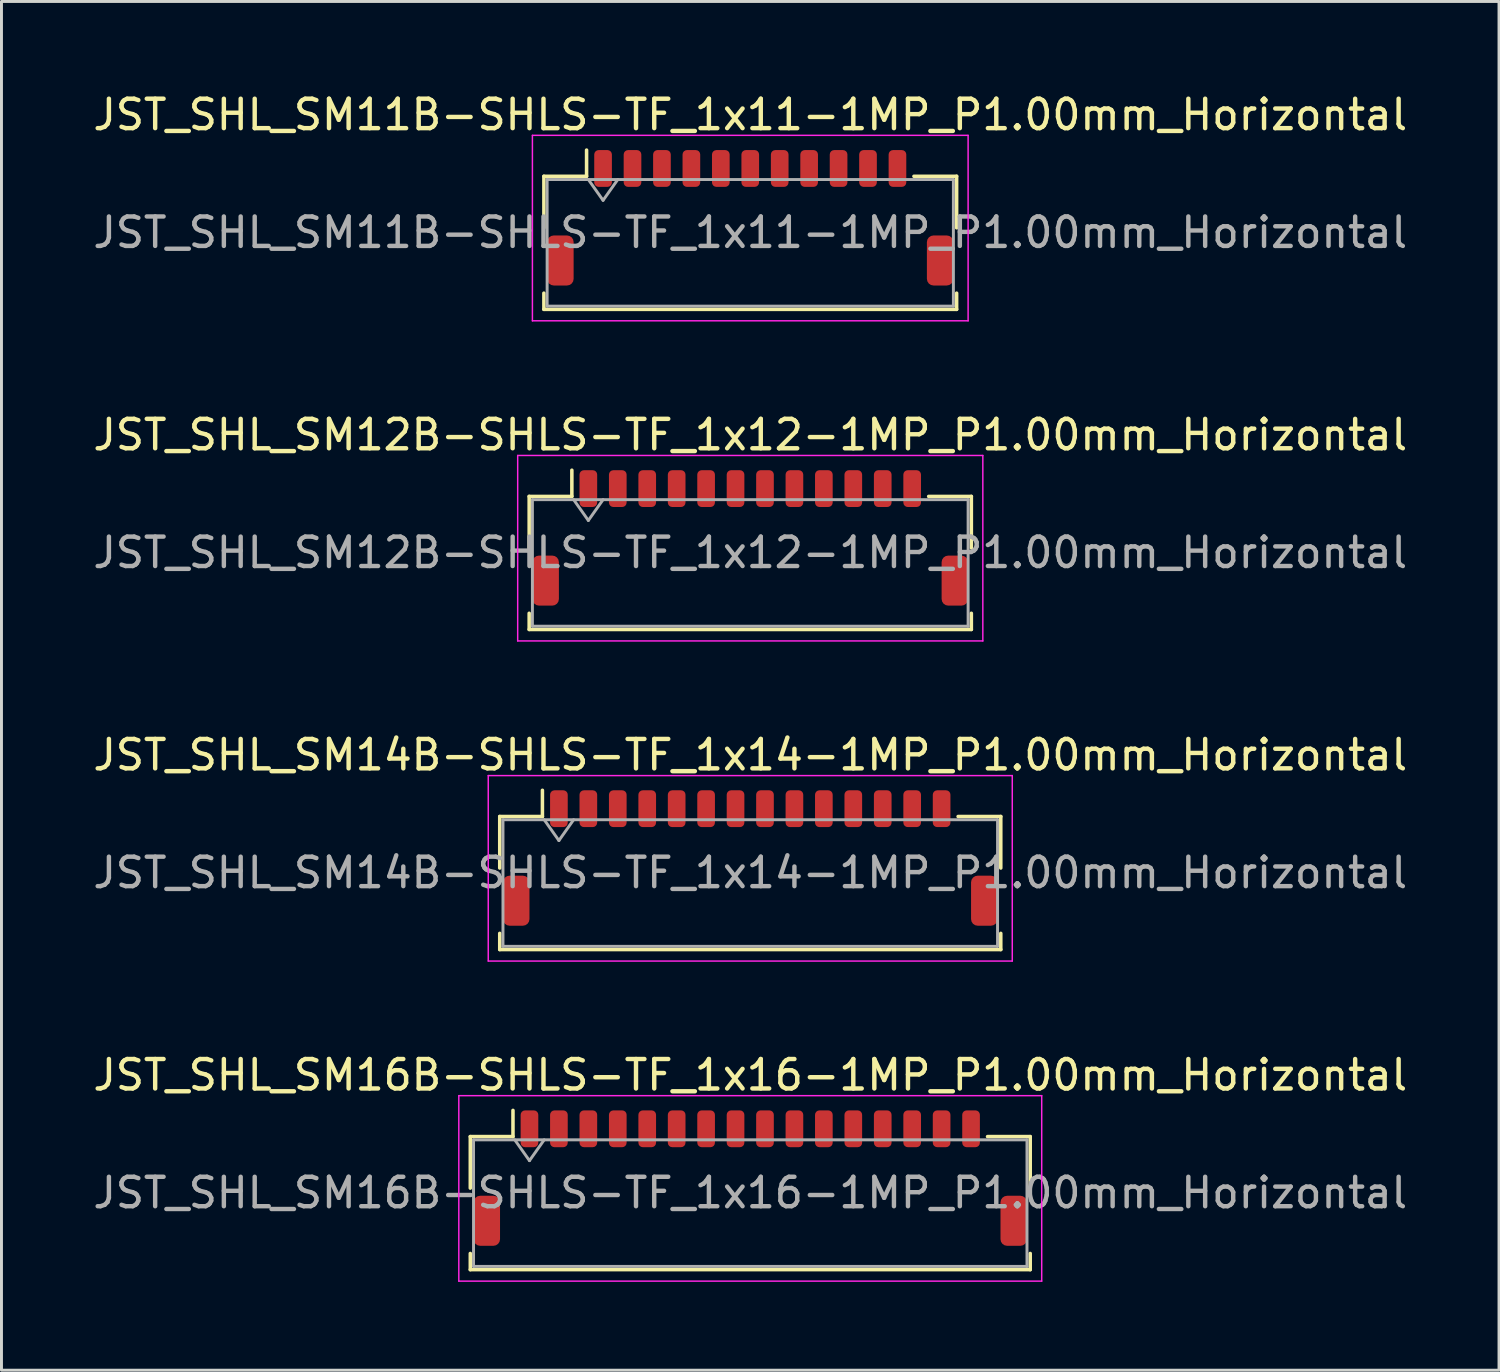
<source format=kicad_pcb>
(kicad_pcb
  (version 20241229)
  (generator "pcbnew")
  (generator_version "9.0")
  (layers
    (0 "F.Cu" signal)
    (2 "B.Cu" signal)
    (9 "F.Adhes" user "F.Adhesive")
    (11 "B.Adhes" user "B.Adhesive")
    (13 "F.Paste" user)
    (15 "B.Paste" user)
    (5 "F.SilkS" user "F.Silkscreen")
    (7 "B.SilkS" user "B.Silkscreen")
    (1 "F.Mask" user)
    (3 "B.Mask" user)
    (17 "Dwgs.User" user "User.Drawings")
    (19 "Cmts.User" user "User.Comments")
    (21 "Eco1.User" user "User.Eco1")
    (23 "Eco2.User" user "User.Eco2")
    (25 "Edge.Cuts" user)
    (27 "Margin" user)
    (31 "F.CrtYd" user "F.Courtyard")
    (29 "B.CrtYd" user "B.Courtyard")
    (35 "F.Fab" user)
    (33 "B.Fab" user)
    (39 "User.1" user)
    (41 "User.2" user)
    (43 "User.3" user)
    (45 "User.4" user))
  (footprint "JST_SHL_SM16B-SHLS-TF_1x16-1MP_P1.00mm_Horizontal"
    (layer "F.Cu")
    (at 22.435 36.968)
    (property "Reference" "JST_SHL_SM16B-SHLS-TF_1x16-1MP_P1.00mm_Horizontal" (at 0 -3.5 0) (layer "F.SilkS") (effects (font (size 1 1) (thickness 0.15))))
    (attr smd)
    (fp_line (start -9.51 -1.41) (end -8.06 -1.41) (stroke (width 0.12) (type solid)) (layer "F.SilkS"))
    (fp_line (start -9.51 0.34) (end -9.51 -1.41) (stroke (width 0.12) (type solid)) (layer "F.SilkS"))
    (fp_line (start -9.51 2.56) (end -9.51 3.11) (stroke (width 0.12) (type solid)) (layer "F.SilkS"))
    (fp_line (start -9.51 3.11) (end 9.51 3.11) (stroke (width 0.12) (type solid)) (layer "F.SilkS"))
    (fp_line (start -8.06 -1.41) (end -8.06 -2.3) (stroke (width 0.12) (type solid)) (layer "F.SilkS"))
    (fp_line (start 9.51 -1.41) (end 8.06 -1.41) (stroke (width 0.12) (type solid)) (layer "F.SilkS"))
    (fp_line (start 9.51 0.34) (end 9.51 -1.41) (stroke (width 0.12) (type solid)) (layer "F.SilkS"))
    (fp_line (start 9.51 3.11) (end 9.51 2.56) (stroke (width 0.12) (type solid)) (layer "F.SilkS"))
    (fp_line (start -9.9 -2.8) (end -9.9 3.5) (stroke (width 0.05) (type solid)) (layer "F.CrtYd"))
    (fp_line (start -9.9 3.5) (end 9.9 3.5) (stroke (width 0.05) (type solid)) (layer "F.CrtYd"))
    (fp_line (start 9.9 -2.8) (end -9.9 -2.8) (stroke (width 0.05) (type solid)) (layer "F.CrtYd"))
    (fp_line (start 9.9 3.5) (end 9.9 -2.8) (stroke (width 0.05) (type solid)) (layer "F.CrtYd"))
    (fp_line (start -9.4 -1.3) (end -9.4 3) (stroke (width 0.1) (type solid)) (layer "F.Fab"))
    (fp_line (start -9.4 -1.3) (end 9.4 -1.3) (stroke (width 0.1) (type solid)) (layer "F.Fab"))
    (fp_line (start -9.4 3) (end 9.4 3) (stroke (width 0.1) (type solid)) (layer "F.Fab"))
    (fp_line (start -8 -1.3) (end -7.5 -0.593) (stroke (width 0.1) (type solid)) (layer "F.Fab"))
    (fp_line (start -7.5 -0.593) (end -7 -1.3) (stroke (width 0.1) (type solid)) (layer "F.Fab"))
    (fp_line (start 9.4 -1.3) (end 9.4 3) (stroke (width 0.1) (type solid)) (layer "F.Fab"))
    (fp_text user "${REFERENCE}" (at 0 0.5 0) (layer "F.Fab") (effects (font (size 1 1) (thickness 0.15))))
    (pad "1" smd roundrect (at -7.5 -1.675) (size 0.6 1.25) (layers "F.Cu" "F.Mask" "F.Paste") (roundrect_rratio 0.25))
    (pad "2" smd roundrect (at -6.5 -1.675) (size 0.6 1.25) (layers "F.Cu" "F.Mask" "F.Paste") (roundrect_rratio 0.25))
    (pad "3" smd roundrect (at -5.5 -1.675) (size 0.6 1.25) (layers "F.Cu" "F.Mask" "F.Paste") (roundrect_rratio 0.25))
    (pad "4" smd roundrect (at -4.5 -1.675) (size 0.6 1.25) (layers "F.Cu" "F.Mask" "F.Paste") (roundrect_rratio 0.25))
    (pad "5" smd roundrect (at -3.5 -1.675) (size 0.6 1.25) (layers "F.Cu" "F.Mask" "F.Paste") (roundrect_rratio 0.25))
    (pad "6" smd roundrect (at -2.5 -1.675) (size 0.6 1.25) (layers "F.Cu" "F.Mask" "F.Paste") (roundrect_rratio 0.25))
    (pad "7" smd roundrect (at -1.5 -1.675) (size 0.6 1.25) (layers "F.Cu" "F.Mask" "F.Paste") (roundrect_rratio 0.25))
    (pad "8" smd roundrect (at -0.5 -1.675) (size 0.6 1.25) (layers "F.Cu" "F.Mask" "F.Paste") (roundrect_rratio 0.25))
    (pad "9" smd roundrect (at 0.5 -1.675) (size 0.6 1.25) (layers "F.Cu" "F.Mask" "F.Paste") (roundrect_rratio 0.25))
    (pad "10" smd roundrect (at 1.5 -1.675) (size 0.6 1.25) (layers "F.Cu" "F.Mask" "F.Paste") (roundrect_rratio 0.25))
    (pad "11" smd roundrect (at 2.5 -1.675) (size 0.6 1.25) (layers "F.Cu" "F.Mask" "F.Paste") (roundrect_rratio 0.25))
    (pad "12" smd roundrect (at 3.5 -1.675) (size 0.6 1.25) (layers "F.Cu" "F.Mask" "F.Paste") (roundrect_rratio 0.25))
    (pad "13" smd roundrect (at 4.5 -1.675) (size 0.6 1.25) (layers "F.Cu" "F.Mask" "F.Paste") (roundrect_rratio 0.25))
    (pad "14" smd roundrect (at 5.5 -1.675) (size 0.6 1.25) (layers "F.Cu" "F.Mask" "F.Paste") (roundrect_rratio 0.25))
    (pad "15" smd roundrect (at 6.5 -1.675) (size 0.6 1.25) (layers "F.Cu" "F.Mask" "F.Paste") (roundrect_rratio 0.25))
    (pad "16" smd roundrect (at 7.5 -1.675) (size 0.6 1.25) (layers "F.Cu" "F.Mask" "F.Paste") (roundrect_rratio 0.25))
    (pad "MP" smd roundrect (at -8.95 1.45) (size 0.9 1.7) (layers "F.Cu" "F.Mask" "F.Paste") (roundrect_rratio 0.25))
    (pad "MP" smd roundrect (at 8.95 1.45) (size 0.9 1.7) (layers "F.Cu" "F.Mask" "F.Paste") (roundrect_rratio 0.25)))
  (footprint "JST_SHL_SM14B-SHLS-TF_1x14-1MP_P1.00mm_Horizontal"
    (layer "F.Cu")
    (at 22.435 26.095)
    (property "Reference" "JST_SHL_SM14B-SHLS-TF_1x14-1MP_P1.00mm_Horizontal" (at 0 -3.5 0) (layer "F.SilkS") (effects (font (size 1 1) (thickness 0.15))))
    (attr smd)
    (fp_line (start -8.51 -1.41) (end -7.06 -1.41) (stroke (width 0.12) (type solid)) (layer "F.SilkS"))
    (fp_line (start -8.51 0.34) (end -8.51 -1.41) (stroke (width 0.12) (type solid)) (layer "F.SilkS"))
    (fp_line (start -8.51 2.56) (end -8.51 3.11) (stroke (width 0.12) (type solid)) (layer "F.SilkS"))
    (fp_line (start -8.51 3.11) (end 8.51 3.11) (stroke (width 0.12) (type solid)) (layer "F.SilkS"))
    (fp_line (start -7.06 -1.41) (end -7.06 -2.3) (stroke (width 0.12) (type solid)) (layer "F.SilkS"))
    (fp_line (start 8.51 -1.41) (end 7.06 -1.41) (stroke (width 0.12) (type solid)) (layer "F.SilkS"))
    (fp_line (start 8.51 0.34) (end 8.51 -1.41) (stroke (width 0.12) (type solid)) (layer "F.SilkS"))
    (fp_line (start 8.51 3.11) (end 8.51 2.56) (stroke (width 0.12) (type solid)) (layer "F.SilkS"))
    (fp_line (start -8.9 -2.8) (end -8.9 3.5) (stroke (width 0.05) (type solid)) (layer "F.CrtYd"))
    (fp_line (start -8.9 3.5) (end 8.9 3.5) (stroke (width 0.05) (type solid)) (layer "F.CrtYd"))
    (fp_line (start 8.9 -2.8) (end -8.9 -2.8) (stroke (width 0.05) (type solid)) (layer "F.CrtYd"))
    (fp_line (start 8.9 3.5) (end 8.9 -2.8) (stroke (width 0.05) (type solid)) (layer "F.CrtYd"))
    (fp_line (start -8.4 -1.3) (end -8.4 3) (stroke (width 0.1) (type solid)) (layer "F.Fab"))
    (fp_line (start -8.4 -1.3) (end 8.4 -1.3) (stroke (width 0.1) (type solid)) (layer "F.Fab"))
    (fp_line (start -8.4 3) (end 8.4 3) (stroke (width 0.1) (type solid)) (layer "F.Fab"))
    (fp_line (start -7 -1.3) (end -6.5 -0.593) (stroke (width 0.1) (type solid)) (layer "F.Fab"))
    (fp_line (start -6.5 -0.593) (end -6 -1.3) (stroke (width 0.1) (type solid)) (layer "F.Fab"))
    (fp_line (start 8.4 -1.3) (end 8.4 3) (stroke (width 0.1) (type solid)) (layer "F.Fab"))
    (fp_text user "${REFERENCE}" (at 0 0.5 0) (layer "F.Fab") (effects (font (size 1 1) (thickness 0.15))))
    (pad "1" smd roundrect (at -6.5 -1.675) (size 0.6 1.25) (layers "F.Cu" "F.Mask" "F.Paste") (roundrect_rratio 0.25))
    (pad "2" smd roundrect (at -5.5 -1.675) (size 0.6 1.25) (layers "F.Cu" "F.Mask" "F.Paste") (roundrect_rratio 0.25))
    (pad "3" smd roundrect (at -4.5 -1.675) (size 0.6 1.25) (layers "F.Cu" "F.Mask" "F.Paste") (roundrect_rratio 0.25))
    (pad "4" smd roundrect (at -3.5 -1.675) (size 0.6 1.25) (layers "F.Cu" "F.Mask" "F.Paste") (roundrect_rratio 0.25))
    (pad "5" smd roundrect (at -2.5 -1.675) (size 0.6 1.25) (layers "F.Cu" "F.Mask" "F.Paste") (roundrect_rratio 0.25))
    (pad "6" smd roundrect (at -1.5 -1.675) (size 0.6 1.25) (layers "F.Cu" "F.Mask" "F.Paste") (roundrect_rratio 0.25))
    (pad "7" smd roundrect (at -0.5 -1.675) (size 0.6 1.25) (layers "F.Cu" "F.Mask" "F.Paste") (roundrect_rratio 0.25))
    (pad "8" smd roundrect (at 0.5 -1.675) (size 0.6 1.25) (layers "F.Cu" "F.Mask" "F.Paste") (roundrect_rratio 0.25))
    (pad "9" smd roundrect (at 1.5 -1.675) (size 0.6 1.25) (layers "F.Cu" "F.Mask" "F.Paste") (roundrect_rratio 0.25))
    (pad "10" smd roundrect (at 2.5 -1.675) (size 0.6 1.25) (layers "F.Cu" "F.Mask" "F.Paste") (roundrect_rratio 0.25))
    (pad "11" smd roundrect (at 3.5 -1.675) (size 0.6 1.25) (layers "F.Cu" "F.Mask" "F.Paste") (roundrect_rratio 0.25))
    (pad "12" smd roundrect (at 4.5 -1.675) (size 0.6 1.25) (layers "F.Cu" "F.Mask" "F.Paste") (roundrect_rratio 0.25))
    (pad "13" smd roundrect (at 5.5 -1.675) (size 0.6 1.25) (layers "F.Cu" "F.Mask" "F.Paste") (roundrect_rratio 0.25))
    (pad "14" smd roundrect (at 6.5 -1.675) (size 0.6 1.25) (layers "F.Cu" "F.Mask" "F.Paste") (roundrect_rratio 0.25))
    (pad "MP" smd roundrect (at -7.95 1.45) (size 0.9 1.7) (layers "F.Cu" "F.Mask" "F.Paste") (roundrect_rratio 0.25))
    (pad "MP" smd roundrect (at 7.95 1.45) (size 0.9 1.7) (layers "F.Cu" "F.Mask" "F.Paste") (roundrect_rratio 0.25)))
  (footprint "JST_SHL_SM12B-SHLS-TF_1x12-1MP_P1.00mm_Horizontal"
    (layer "F.Cu")
    (at 22.435 15.222)
    (property "Reference" "JST_SHL_SM12B-SHLS-TF_1x12-1MP_P1.00mm_Horizontal" (at 0 -3.5 0) (layer "F.SilkS") (effects (font (size 1 1) (thickness 0.15))))
    (attr smd)
    (fp_line (start -7.51 -1.41) (end -6.06 -1.41) (stroke (width 0.12) (type solid)) (layer "F.SilkS"))
    (fp_line (start -7.51 0.34) (end -7.51 -1.41) (stroke (width 0.12) (type solid)) (layer "F.SilkS"))
    (fp_line (start -7.51 2.56) (end -7.51 3.11) (stroke (width 0.12) (type solid)) (layer "F.SilkS"))
    (fp_line (start -7.51 3.11) (end 7.51 3.11) (stroke (width 0.12) (type solid)) (layer "F.SilkS"))
    (fp_line (start -6.06 -1.41) (end -6.06 -2.3) (stroke (width 0.12) (type solid)) (layer "F.SilkS"))
    (fp_line (start 7.51 -1.41) (end 6.06 -1.41) (stroke (width 0.12) (type solid)) (layer "F.SilkS"))
    (fp_line (start 7.51 0.34) (end 7.51 -1.41) (stroke (width 0.12) (type solid)) (layer "F.SilkS"))
    (fp_line (start 7.51 3.11) (end 7.51 2.56) (stroke (width 0.12) (type solid)) (layer "F.SilkS"))
    (fp_line (start -7.9 -2.8) (end -7.9 3.5) (stroke (width 0.05) (type solid)) (layer "F.CrtYd"))
    (fp_line (start -7.9 3.5) (end 7.9 3.5) (stroke (width 0.05) (type solid)) (layer "F.CrtYd"))
    (fp_line (start 7.9 -2.8) (end -7.9 -2.8) (stroke (width 0.05) (type solid)) (layer "F.CrtYd"))
    (fp_line (start 7.9 3.5) (end 7.9 -2.8) (stroke (width 0.05) (type solid)) (layer "F.CrtYd"))
    (fp_line (start -7.4 -1.3) (end -7.4 3) (stroke (width 0.1) (type solid)) (layer "F.Fab"))
    (fp_line (start -7.4 -1.3) (end 7.4 -1.3) (stroke (width 0.1) (type solid)) (layer "F.Fab"))
    (fp_line (start -7.4 3) (end 7.4 3) (stroke (width 0.1) (type solid)) (layer "F.Fab"))
    (fp_line (start -6 -1.3) (end -5.5 -0.593) (stroke (width 0.1) (type solid)) (layer "F.Fab"))
    (fp_line (start -5.5 -0.593) (end -5 -1.3) (stroke (width 0.1) (type solid)) (layer "F.Fab"))
    (fp_line (start 7.4 -1.3) (end 7.4 3) (stroke (width 0.1) (type solid)) (layer "F.Fab"))
    (fp_text user "${REFERENCE}" (at 0 0.5 0) (layer "F.Fab") (effects (font (size 1 1) (thickness 0.15))))
    (pad "1" smd roundrect (at -5.5 -1.675) (size 0.6 1.25) (layers "F.Cu" "F.Mask" "F.Paste") (roundrect_rratio 0.25))
    (pad "2" smd roundrect (at -4.5 -1.675) (size 0.6 1.25) (layers "F.Cu" "F.Mask" "F.Paste") (roundrect_rratio 0.25))
    (pad "3" smd roundrect (at -3.5 -1.675) (size 0.6 1.25) (layers "F.Cu" "F.Mask" "F.Paste") (roundrect_rratio 0.25))
    (pad "4" smd roundrect (at -2.5 -1.675) (size 0.6 1.25) (layers "F.Cu" "F.Mask" "F.Paste") (roundrect_rratio 0.25))
    (pad "5" smd roundrect (at -1.5 -1.675) (size 0.6 1.25) (layers "F.Cu" "F.Mask" "F.Paste") (roundrect_rratio 0.25))
    (pad "6" smd roundrect (at -0.5 -1.675) (size 0.6 1.25) (layers "F.Cu" "F.Mask" "F.Paste") (roundrect_rratio 0.25))
    (pad "7" smd roundrect (at 0.5 -1.675) (size 0.6 1.25) (layers "F.Cu" "F.Mask" "F.Paste") (roundrect_rratio 0.25))
    (pad "8" smd roundrect (at 1.5 -1.675) (size 0.6 1.25) (layers "F.Cu" "F.Mask" "F.Paste") (roundrect_rratio 0.25))
    (pad "9" smd roundrect (at 2.5 -1.675) (size 0.6 1.25) (layers "F.Cu" "F.Mask" "F.Paste") (roundrect_rratio 0.25))
    (pad "10" smd roundrect (at 3.5 -1.675) (size 0.6 1.25) (layers "F.Cu" "F.Mask" "F.Paste") (roundrect_rratio 0.25))
    (pad "11" smd roundrect (at 4.5 -1.675) (size 0.6 1.25) (layers "F.Cu" "F.Mask" "F.Paste") (roundrect_rratio 0.25))
    (pad "12" smd roundrect (at 5.5 -1.675) (size 0.6 1.25) (layers "F.Cu" "F.Mask" "F.Paste") (roundrect_rratio 0.25))
    (pad "MP" smd roundrect (at -6.95 1.45) (size 0.9 1.7) (layers "F.Cu" "F.Mask" "F.Paste") (roundrect_rratio 0.25))
    (pad "MP" smd roundrect (at 6.95 1.45) (size 0.9 1.7) (layers "F.Cu" "F.Mask" "F.Paste") (roundrect_rratio 0.25)))
  (footprint "JST_SHL_SM11B-SHLS-TF_1x11-1MP_P1.00mm_Horizontal"
    (layer "F.Cu")
    (at 22.435 4.348)
    (property "Reference" "JST_SHL_SM11B-SHLS-TF_1x11-1MP_P1.00mm_Horizontal" (at 0 -3.5 0) (layer "F.SilkS") (effects (font (size 1 1) (thickness 0.15))))
    (attr smd)
    (fp_line (start -7.01 -1.41) (end -5.56 -1.41) (stroke (width 0.12) (type solid)) (layer "F.SilkS"))
    (fp_line (start -7.01 0.34) (end -7.01 -1.41) (stroke (width 0.12) (type solid)) (layer "F.SilkS"))
    (fp_line (start -7.01 2.56) (end -7.01 3.11) (stroke (width 0.12) (type solid)) (layer "F.SilkS"))
    (fp_line (start -7.01 3.11) (end 7.01 3.11) (stroke (width 0.12) (type solid)) (layer "F.SilkS"))
    (fp_line (start -5.56 -1.41) (end -5.56 -2.3) (stroke (width 0.12) (type solid)) (layer "F.SilkS"))
    (fp_line (start 7.01 -1.41) (end 5.56 -1.41) (stroke (width 0.12) (type solid)) (layer "F.SilkS"))
    (fp_line (start 7.01 0.34) (end 7.01 -1.41) (stroke (width 0.12) (type solid)) (layer "F.SilkS"))
    (fp_line (start 7.01 3.11) (end 7.01 2.56) (stroke (width 0.12) (type solid)) (layer "F.SilkS"))
    (fp_line (start -7.4 -2.8) (end -7.4 3.5) (stroke (width 0.05) (type solid)) (layer "F.CrtYd"))
    (fp_line (start -7.4 3.5) (end 7.4 3.5) (stroke (width 0.05) (type solid)) (layer "F.CrtYd"))
    (fp_line (start 7.4 -2.8) (end -7.4 -2.8) (stroke (width 0.05) (type solid)) (layer "F.CrtYd"))
    (fp_line (start 7.4 3.5) (end 7.4 -2.8) (stroke (width 0.05) (type solid)) (layer "F.CrtYd"))
    (fp_line (start -6.9 -1.3) (end -6.9 3) (stroke (width 0.1) (type solid)) (layer "F.Fab"))
    (fp_line (start -6.9 -1.3) (end 6.9 -1.3) (stroke (width 0.1) (type solid)) (layer "F.Fab"))
    (fp_line (start -6.9 3) (end 6.9 3) (stroke (width 0.1) (type solid)) (layer "F.Fab"))
    (fp_line (start -5.5 -1.3) (end -5 -0.593) (stroke (width 0.1) (type solid)) (layer "F.Fab"))
    (fp_line (start -5 -0.593) (end -4.5 -1.3) (stroke (width 0.1) (type solid)) (layer "F.Fab"))
    (fp_line (start 6.9 -1.3) (end 6.9 3) (stroke (width 0.1) (type solid)) (layer "F.Fab"))
    (fp_text user "${REFERENCE}" (at 0 0.5 0) (layer "F.Fab") (effects (font (size 1 1) (thickness 0.15))))
    (pad "1" smd roundrect (at -5 -1.675) (size 0.6 1.25) (layers "F.Cu" "F.Mask" "F.Paste") (roundrect_rratio 0.25))
    (pad "2" smd roundrect (at -4 -1.675) (size 0.6 1.25) (layers "F.Cu" "F.Mask" "F.Paste") (roundrect_rratio 0.25))
    (pad "3" smd roundrect (at -3 -1.675) (size 0.6 1.25) (layers "F.Cu" "F.Mask" "F.Paste") (roundrect_rratio 0.25))
    (pad "4" smd roundrect (at -2 -1.675) (size 0.6 1.25) (layers "F.Cu" "F.Mask" "F.Paste") (roundrect_rratio 0.25))
    (pad "5" smd roundrect (at -1 -1.675) (size 0.6 1.25) (layers "F.Cu" "F.Mask" "F.Paste") (roundrect_rratio 0.25))
    (pad "6" smd roundrect (at 0 -1.675) (size 0.6 1.25) (layers "F.Cu" "F.Mask" "F.Paste") (roundrect_rratio 0.25))
    (pad "7" smd roundrect (at 1 -1.675) (size 0.6 1.25) (layers "F.Cu" "F.Mask" "F.Paste") (roundrect_rratio 0.25))
    (pad "8" smd roundrect (at 2 -1.675) (size 0.6 1.25) (layers "F.Cu" "F.Mask" "F.Paste") (roundrect_rratio 0.25))
    (pad "9" smd roundrect (at 3 -1.675) (size 0.6 1.25) (layers "F.Cu" "F.Mask" "F.Paste") (roundrect_rratio 0.25))
    (pad "10" smd roundrect (at 4 -1.675) (size 0.6 1.25) (layers "F.Cu" "F.Mask" "F.Paste") (roundrect_rratio 0.25))
    (pad "11" smd roundrect (at 5 -1.675) (size 0.6 1.25) (layers "F.Cu" "F.Mask" "F.Paste") (roundrect_rratio 0.25))
    (pad "MP" smd roundrect (at -6.45 1.45) (size 0.9 1.7) (layers "F.Cu" "F.Mask" "F.Paste") (roundrect_rratio 0.25))
    (pad "MP" smd roundrect (at 6.45 1.45) (size 0.9 1.7) (layers "F.Cu" "F.Mask" "F.Paste") (roundrect_rratio 0.25)))
  (gr_rect
    (start -3 -3)
    (end 47.869 43.493)
    (stroke (width 0.1) (type default))
    (fill no)
    (layer "Edge.Cuts")))
</source>
